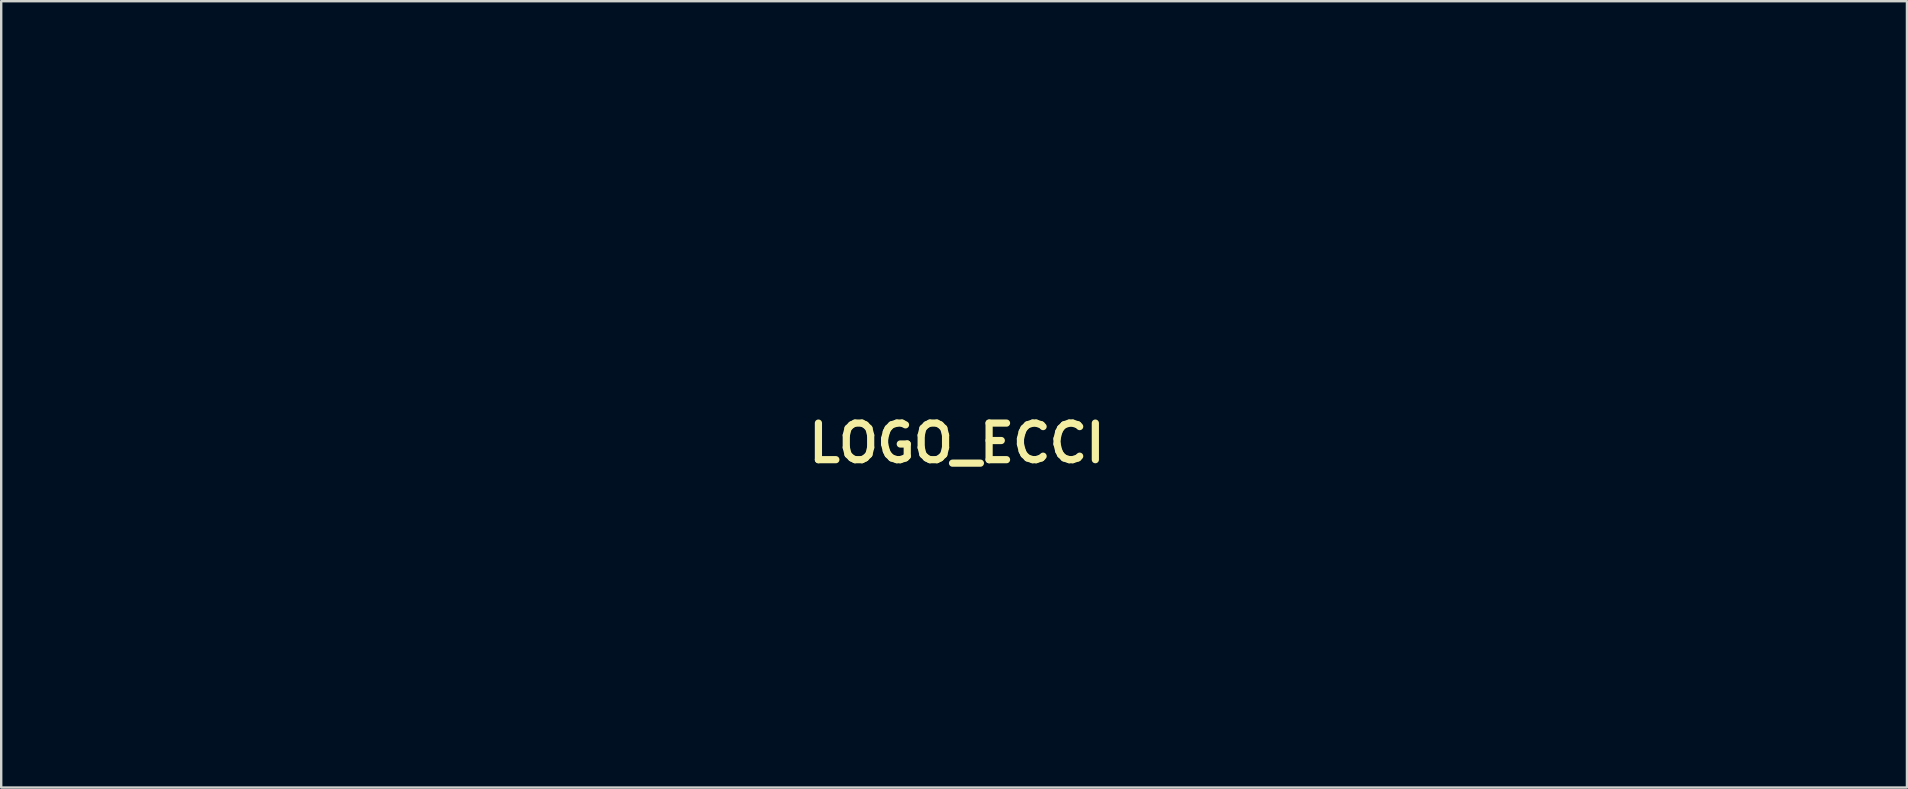
<source format=kicad_pcb>
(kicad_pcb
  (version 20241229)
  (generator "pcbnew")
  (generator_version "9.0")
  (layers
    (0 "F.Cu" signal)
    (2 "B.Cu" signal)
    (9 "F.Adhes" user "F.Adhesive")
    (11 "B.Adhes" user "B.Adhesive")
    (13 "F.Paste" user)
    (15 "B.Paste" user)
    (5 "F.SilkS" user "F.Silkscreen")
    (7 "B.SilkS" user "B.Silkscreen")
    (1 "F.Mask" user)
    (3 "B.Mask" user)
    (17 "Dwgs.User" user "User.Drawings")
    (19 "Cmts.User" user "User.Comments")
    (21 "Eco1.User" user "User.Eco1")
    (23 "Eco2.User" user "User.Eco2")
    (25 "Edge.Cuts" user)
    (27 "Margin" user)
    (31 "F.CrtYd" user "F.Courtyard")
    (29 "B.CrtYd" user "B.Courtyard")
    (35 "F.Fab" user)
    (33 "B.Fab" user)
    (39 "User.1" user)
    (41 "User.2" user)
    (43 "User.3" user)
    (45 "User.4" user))
  (footprint "LOGO_ECCI"
    (layer "F.Cu")
    (at 36.821 15.414)
    (property "Reference" "LOGO_ECCI" (at 0 0 0) (layer "F.SilkS") (effects (font (size 1.524 1.524) (thickness 0.3))))
    (attr through_hole)
    (fp_poly (pts (xy -0.254 -10.075) (xy -0.847 -10.075) (xy -0.847 -14.224) (xy -0.254 -14.224) (xy -0.254 -10.075)) (stroke (width 0.01) (type solid)) (fill no) (layer "Eco2.User"))
    (fp_poly (pts (xy 12.531 -12.573) (xy 12.488 -12.531) (xy 12.446 -12.573) (xy 12.488 -12.615) (xy 12.531 -12.573)) (stroke (width 0.01) (type solid)) (fill no) (layer "Eco2.User"))
    (fp_poly (pts (xy 20.405 -10.075) (xy 19.812 -10.075) (xy 19.812 -14.224) (xy 20.405 -14.224) (xy 20.405 -10.075)) (stroke (width 0.01) (type solid)) (fill no) (layer "Eco2.User"))
    (fp_poly (pts (xy 36.407 11.007) (xy 32.427 11.007) (xy 32.427 -6.519) (xy 36.407 -6.519) (xy 36.407 11.007)) (stroke (width 0.01) (type solid)) (fill no) (layer "Eco2.User"))
    (fp_poly (pts (xy -15.24 11.345) (xy -24.723 11.345) (xy -24.723 3.725) (xy -20.828 3.725) (xy -20.828 9.652) (xy -19.727 9.652) (xy -19.727 3.725) (xy -20.828 3.725) (xy -24.723 3.725) (xy -24.723 1.947) (xy -15.24 1.947) (xy -15.24 11.345)) (stroke (width 0.01) (type solid)) (fill no) (layer "Eco2.User"))
    (fp_poly (pts (xy -0.762 -3.217) (xy -7.62 -3.217) (xy -7.62 0.339) (xy -1.101 0.339) (xy -1.101 3.556) (xy -7.62 3.556) (xy -7.62 7.705) (xy -0.335 7.705) (xy -0.358 9.377) (xy -0.381 11.049) (xy -5.99 11.071) (xy -11.599 11.093) (xy -11.599 -6.604) (xy -0.762 -6.604) (xy -0.762 -3.217)) (stroke (width 0.01) (type solid)) (fill no) (layer "Eco2.User"))
    (fp_poly (pts (xy 8.874 -13.991) (xy 8.848 -13.758) (xy 7.98 -13.734) (xy 7.112 -13.71) (xy 7.112 -12.531) (xy 8.701 -12.531) (xy 8.739 -12.277) (xy 8.776 -12.023) (xy 7.112 -12.023) (xy 7.112 -10.589) (xy 8.022 -10.565) (xy 8.424 -10.553) (xy 8.687 -10.537) (xy 8.842 -10.509) (xy 8.92 -10.463) (xy 8.952 -10.391) (xy 8.961 -10.341) (xy 8.956 -10.165) (xy 8.918 -10.087) (xy 8.812 -10.069) (xy 8.569 -10.057) (xy 8.224 -10.052) (xy 7.808 -10.054) (xy 7.684 -10.057) (xy 6.519 -10.08) (xy 6.519 -14.224) (xy 8.901 -14.224) (xy 8.874 -13.991)) (stroke (width 0.01) (type solid)) (fill no) (layer "Eco2.User"))
    (fp_poly (pts (xy -3.048 -10.017) (xy -3.359 -10.068) (xy -3.491 -10.098) (xy -3.603 -10.155) (xy -3.718 -10.263) (xy -3.856 -10.448) (xy -4.038 -10.733) (xy -4.255 -11.092) (xy -4.517 -11.532) (xy -4.789 -11.996) (xy -5.036 -12.426) (xy -5.213 -12.742) (xy -5.586 -13.42) (xy -5.587 -11.757) (xy -5.588 -10.095) (xy -5.842 -10.057) (xy -6.096 -10.02) (xy -6.096 -14.224) (xy -5.779 -14.223) (xy -5.551 -14.198) (xy -5.394 -14.094) (xy -5.271 -13.928) (xy -5.152 -13.735) (xy -5.085 -13.609) (xy -5.08 -13.591) (xy -5.037 -13.505) (xy -4.923 -13.313) (xy -4.759 -13.05) (xy -4.684 -12.934) (xy -4.445 -12.548) (xy -4.181 -12.101) (xy -3.946 -11.683) (xy -3.924 -11.642) (xy -3.559 -10.964) (xy -3.557 -12.594) (xy -3.556 -14.224) (xy -3.048 -14.224) (xy -3.048 -10.017)) (stroke (width 0.01) (type solid)) (fill no) (layer "Eco2.User"))
    (fp_poly (pts (xy -10.907 -12.721) (xy -10.885 -12.043) (xy -10.846 -11.516) (xy -10.782 -11.122) (xy -10.685 -10.842) (xy -10.546 -10.658) (xy -10.358 -10.552) (xy -10.112 -10.505) (xy -9.923 -10.499) (xy -9.642 -10.527) (xy -9.42 -10.623) (xy -9.25 -10.802) (xy -9.127 -11.08) (xy -9.044 -11.472) (xy -8.996 -11.996) (xy -8.976 -12.666) (xy -8.975 -12.958) (xy -8.975 -14.224) (xy -8.382 -14.224) (xy -8.382 -12.842) (xy -8.394 -12.117) (xy -8.433 -11.539) (xy -8.508 -11.085) (xy -8.626 -10.733) (xy -8.792 -10.463) (xy -9.016 -10.251) (xy -9.287 -10.086) (xy -9.552 -10.013) (xy -9.909 -9.993) (xy -10.292 -10.022) (xy -10.634 -10.096) (xy -10.819 -10.177) (xy -11.036 -10.363) (xy -11.236 -10.619) (xy -11.283 -10.699) (xy -11.349 -10.837) (xy -11.399 -10.986) (xy -11.434 -11.173) (xy -11.46 -11.427) (xy -11.478 -11.775) (xy -11.491 -12.246) (xy -11.5 -12.636) (xy -11.531 -14.224) (xy -10.938 -14.224) (xy -10.907 -12.721)) (stroke (width 0.01) (type solid)) (fill no) (layer "Eco2.User"))
    (fp_poly (pts (xy 34.205 -14.18) (xy 34.773 -14.167) (xy 35.207 -14.121) (xy 35.542 -14.034) (xy 35.813 -13.894) (xy 36.055 -13.692) (xy 36.127 -13.617) (xy 36.388 -13.221) (xy 36.539 -12.74) (xy 36.581 -12.214) (xy 36.52 -11.684) (xy 36.358 -11.188) (xy 36.099 -10.768) (xy 35.869 -10.545) (xy 35.502 -10.324) (xy 35.063 -10.177) (xy 34.521 -10.097) (xy 33.936 -10.075) (xy 33.102 -10.075) (xy 33.142 -13.703) (xy 33.697 -13.703) (xy 33.697 -12.15) (xy 33.7 -11.561) (xy 33.711 -11.124) (xy 33.729 -10.823) (xy 33.756 -10.64) (xy 33.794 -10.56) (xy 33.803 -10.555) (xy 34.055 -10.509) (xy 34.42 -10.537) (xy 34.716 -10.592) (xy 35.199 -10.773) (xy 35.575 -11.077) (xy 35.832 -11.486) (xy 35.958 -11.981) (xy 35.957 -12.421) (xy 35.863 -12.869) (xy 35.666 -13.213) (xy 35.34 -13.503) (xy 35.318 -13.518) (xy 35.002 -13.664) (xy 34.6 -13.759) (xy 34.194 -13.786) (xy 33.955 -13.759) (xy 33.697 -13.703) (xy 33.142 -13.703) (xy 33.147 -14.182) (xy 34.205 -14.18)) (stroke (width 0.01) (type solid)) (fill no) (layer "Eco2.User"))
    (fp_poly (pts (xy 2.397 -12.975) (xy 2.547 -12.5) (xy 2.69 -12.043) (xy 2.813 -11.646) (xy 2.902 -11.353) (xy 2.925 -11.276) (xy 3.058 -10.825) (xy 3.626 -12.504) (xy 4.195 -14.182) (xy 4.51 -14.208) (xy 4.713 -14.212) (xy 4.821 -14.191) (xy 4.826 -14.182) (xy 4.799 -14.09) (xy 4.722 -13.863) (xy 4.604 -13.523) (xy 4.452 -13.094) (xy 4.276 -12.599) (xy 4.181 -12.335) (xy 3.99 -11.802) (xy 3.814 -11.311) (xy 3.662 -10.888) (xy 3.544 -10.56) (xy 3.47 -10.353) (xy 3.453 -10.308) (xy 3.37 -10.151) (xy 3.231 -10.086) (xy 3.051 -10.075) (xy 2.849 -10.089) (xy 2.73 -10.159) (xy 2.64 -10.329) (xy 2.6 -10.435) (xy 2.532 -10.628) (xy 2.423 -10.949) (xy 2.283 -11.368) (xy 2.122 -11.853) (xy 1.952 -12.371) (xy 1.941 -12.404) (xy 1.779 -12.901) (xy 1.632 -13.347) (xy 1.511 -13.715) (xy 1.424 -13.978) (xy 1.379 -14.111) (xy 1.376 -14.118) (xy 1.41 -14.192) (xy 1.594 -14.223) (xy 1.669 -14.224) (xy 2.002 -14.224) (xy 2.397 -12.975)) (stroke (width 0.01) (type solid)) (fill no) (layer "Eco2.User"))
    (fp_poly (pts (xy -25.524 -15.332) (xy -25.495 -15.13) (xy -25.485 -14.865) (xy -25.485 -14.32) (xy -27.538 -13.646) (xy -28.919 -13.193) (xy -30.149 -12.79) (xy -31.234 -12.435) (xy -32.184 -12.125) (xy -33.006 -11.858) (xy -33.709 -11.63) (xy -34.302 -11.44) (xy -34.793 -11.284) (xy -35.19 -11.161) (xy -35.502 -11.066) (xy -35.736 -10.998) (xy -35.903 -10.954) (xy -36.009 -10.932) (xy -36.063 -10.928) (xy -36.073 -10.94) (xy -36.061 -10.955) (xy -35.975 -10.997) (xy -35.759 -11.093) (xy -35.438 -11.231) (xy -35.04 -11.401) (xy -34.671 -11.557) (xy -34.216 -11.748) (xy -33.669 -11.981) (xy -33.06 -12.24) (xy -32.421 -12.513) (xy -31.784 -12.786) (xy -31.181 -13.045) (xy -30.644 -13.277) (xy -30.204 -13.468) (xy -29.93 -13.588) (xy -29.757 -13.662) (xy -29.467 -13.785) (xy -29.096 -13.942) (xy -28.685 -14.114) (xy -28.617 -14.143) (xy -28.106 -14.357) (xy -27.538 -14.598) (xy -26.988 -14.832) (xy -26.603 -14.997) (xy -26.229 -15.156) (xy -25.91 -15.286) (xy -25.678 -15.375) (xy -25.567 -15.409) (xy -25.566 -15.409) (xy -25.524 -15.332)) (stroke (width 0.01) (type solid)) (fill no) (layer "Eco2.User"))
    (fp_poly (pts (xy 23.656 -14.215) (xy 23.899 -14.208) (xy 24.473 -14.162) (xy 24.917 -14.068) (xy 25.266 -13.915) (xy 25.557 -13.691) (xy 25.629 -13.617) (xy 25.885 -13.228) (xy 26.035 -12.753) (xy 26.081 -12.232) (xy 26.027 -11.706) (xy 25.875 -11.215) (xy 25.629 -10.798) (xy 25.388 -10.561) (xy 25.004 -10.33) (xy 24.555 -10.177) (xy 24.008 -10.095) (xy 23.45 -10.075) (xy 22.606 -10.075) (xy 22.606 -13.708) (xy 23.199 -13.708) (xy 23.199 -12.153) (xy 23.202 -11.562) (xy 23.212 -11.123) (xy 23.23 -10.82) (xy 23.258 -10.637) (xy 23.296 -10.555) (xy 23.305 -10.55) (xy 23.495 -10.522) (xy 23.788 -10.538) (xy 24.126 -10.589) (xy 24.451 -10.668) (xy 24.686 -10.756) (xy 25.026 -11.007) (xy 25.273 -11.366) (xy 25.424 -11.793) (xy 25.473 -12.25) (xy 25.415 -12.698) (xy 25.245 -13.1) (xy 25.023 -13.362) (xy 24.684 -13.574) (xy 24.255 -13.721) (xy 23.809 -13.785) (xy 23.505 -13.766) (xy 23.199 -13.708) (xy 22.606 -13.708) (xy 22.606 -14.136) (xy 22.819 -14.19) (xy 22.993 -14.209) (xy 23.288 -14.218) (xy 23.656 -14.215)) (stroke (width 0.01) (type solid)) (fill no) (layer "Eco2.User"))
    (fp_poly (pts (xy 12.195 -14.207) (xy 12.613 -14.157) (xy 12.928 -14.048) (xy 13.169 -13.874) (xy 13.244 -13.793) (xy 13.39 -13.57) (xy 13.453 -13.316) (xy 13.462 -13.107) (xy 13.448 -12.837) (xy 13.383 -12.646) (xy 13.235 -12.456) (xy 13.138 -12.356) (xy 12.814 -12.032) (xy 13.006 -11.837) (xy 13.138 -11.632) (xy 13.278 -11.286) (xy 13.406 -10.858) (xy 13.614 -10.075) (xy 12.968 -10.075) (xy 12.814 -10.729) (xy 12.689 -11.18) (xy 12.546 -11.489) (xy 12.364 -11.684) (xy 12.119 -11.792) (xy 11.87 -11.833) (xy 11.43 -11.875) (xy 11.43 -10.075) (xy 10.834 -10.075) (xy 10.867 -12.991) (xy 11.43 -12.991) (xy 11.43 -12.277) (xy 11.771 -12.277) (xy 12.079 -12.309) (xy 12.374 -12.386) (xy 12.4 -12.396) (xy 12.687 -12.587) (xy 12.842 -12.839) (xy 12.869 -13.115) (xy 12.775 -13.382) (xy 12.567 -13.603) (xy 12.25 -13.744) (xy 12.156 -13.762) (xy 11.832 -13.799) (xy 11.622 -13.775) (xy 11.501 -13.665) (xy 11.445 -13.443) (xy 11.43 -13.084) (xy 11.43 -12.991) (xy 10.867 -12.991) (xy 10.88 -14.182) (xy 11.642 -14.208) (xy 12.195 -14.207)) (stroke (width 0.01) (type solid)) (fill no) (layer "Eco2.User"))
    (fp_poly (pts (xy -22.311 -14.769) (xy -22.282 -14.611) (xy -22.281 -14.318) (xy -22.285 -14.212) (xy -22.31 -13.607) (xy -24.215 -13.165) (xy -24.669 -13.06) (xy -25.265 -12.923) (xy -25.978 -12.758) (xy -26.786 -12.573) (xy -27.663 -12.371) (xy -28.588 -12.159) (xy -29.534 -11.942) (xy -30.48 -11.725) (xy -30.819 -11.648) (xy -31.688 -11.448) (xy -32.51 -11.26) (xy -33.27 -11.085) (xy -33.952 -10.928) (xy -34.542 -10.792) (xy -35.024 -10.681) (xy -35.382 -10.597) (xy -35.602 -10.545) (xy -35.666 -10.53) (xy -35.789 -10.514) (xy -35.814 -10.531) (xy -35.792 -10.547) (xy -35.72 -10.579) (xy -35.59 -10.628) (xy -35.392 -10.697) (xy -35.118 -10.789) (xy -34.759 -10.908) (xy -34.306 -11.055) (xy -33.75 -11.234) (xy -33.083 -11.448) (xy -32.296 -11.699) (xy -31.38 -11.99) (xy -30.327 -12.324) (xy -29.126 -12.705) (xy -28.194 -13) (xy -27.357 -13.265) (xy -26.546 -13.522) (xy -25.78 -13.764) (xy -25.077 -13.987) (xy -24.456 -14.184) (xy -23.936 -14.349) (xy -23.536 -14.476) (xy -23.275 -14.559) (xy -23.241 -14.57) (xy -22.897 -14.677) (xy -22.609 -14.76) (xy -22.417 -14.808) (xy -22.369 -14.815) (xy -22.311 -14.769)) (stroke (width 0.01) (type solid)) (fill no) (layer "Eco2.User"))
    (fp_poly (pts (xy -36.681 -10.264) (xy -36.564 -10.103) (xy -36.548 -10.077) (xy -36.386 -9.886) (xy -36.143 -9.683) (xy -36 -9.59) (xy -35.602 -9.356) (xy -26.585 -9.306) (xy -26.585 0.085) (xy -30.924 0.076) (xy -31.775 0.073) (xy -32.581 0.068) (xy -33.325 0.061) (xy -33.991 0.052) (xy -34.56 0.042) (xy -35.016 0.03) (xy -35.342 0.018) (xy -35.52 0.005) (xy -35.54 0.002) (xy -35.939 -0.157) (xy -36.305 -0.417) (xy -36.577 -0.731) (xy -36.626 -0.818) (xy -36.662 -0.897) (xy -36.691 -0.989) (xy -36.716 -1.11) (xy -36.737 -1.272) (xy -36.754 -1.491) (xy -36.768 -1.781) (xy -36.779 -2.155) (xy -36.788 -2.628) (xy -36.795 -3.215) (xy -36.801 -3.929) (xy -36.807 -4.784) (xy -36.812 -5.736) (xy -36.816 -6.6) (xy -36.816 -7.366) (xy -33.867 -7.366) (xy -33.867 -1.355) (xy -29.887 -1.355) (xy -29.887 -2.286) (xy -32.851 -2.286) (xy -32.851 -3.979) (xy -30.141 -3.979) (xy -30.141 -4.826) (xy -32.851 -4.826) (xy -32.851 -6.519) (xy -29.972 -6.519) (xy -29.972 -7.366) (xy -33.867 -7.366) (xy -36.816 -7.366) (xy -36.816 -7.412) (xy -36.815 -8.154) (xy -36.811 -8.813) (xy -36.804 -9.373) (xy -36.796 -9.818) (xy -36.786 -10.134) (xy -36.774 -10.303) (xy -36.767 -10.329) (xy -36.681 -10.264)) (stroke (width 0.01) (type solid)) (fill no) (layer "Eco2.User"))
    (fp_poly (pts (xy -15.748 -11.515) (xy -15.755 -11.2) (xy -15.775 -10.963) (xy -15.803 -10.844) (xy -15.812 -10.837) (xy -15.909 -10.833) (xy -16.154 -10.823) (xy -16.528 -10.806) (xy -17.008 -10.784) (xy -17.576 -10.758) (xy -18.209 -10.729) (xy -18.584 -10.712) (xy -19.158 -10.685) (xy -19.877 -10.653) (xy -20.717 -10.615) (xy -21.655 -10.573) (xy -22.667 -10.528) (xy -23.729 -10.48) (xy -24.817 -10.432) (xy -25.908 -10.384) (xy -26.977 -10.337) (xy -27.051 -10.334) (xy -28.052 -10.29) (xy -29.026 -10.247) (xy -29.955 -10.206) (xy -30.824 -10.168) (xy -31.614 -10.133) (xy -32.309 -10.103) (xy -32.893 -10.077) (xy -33.348 -10.057) (xy -33.658 -10.043) (xy -33.74 -10.039) (xy -34.138 -10.025) (xy -34.375 -10.025) (xy -34.458 -10.04) (xy -34.393 -10.071) (xy -34.375 -10.076) (xy -34.233 -10.101) (xy -33.941 -10.143) (xy -33.515 -10.199) (xy -32.974 -10.266) (xy -32.336 -10.344) (xy -31.617 -10.43) (xy -30.835 -10.521) (xy -30.008 -10.616) (xy -29.93 -10.625) (xy -28.047 -10.838) (xy -26.278 -11.04) (xy -24.63 -11.227) (xy -23.109 -11.401) (xy -21.723 -11.56) (xy -20.48 -11.703) (xy -19.387 -11.829) (xy -18.452 -11.938) (xy -18.075 -11.983) (xy -17.527 -12.046) (xy -17.021 -12.101) (xy -16.586 -12.146) (xy -16.252 -12.177) (xy -16.049 -12.191) (xy -16.022 -12.192) (xy -15.748 -12.192) (xy -15.748 -11.515)) (stroke (width 0.01) (type solid)) (fill no) (layer "Eco2.User"))
    (fp_poly (pts (xy 17.227 -14.276) (xy 17.523 -14.183) (xy 17.674 -14.033) (xy 17.673 -13.834) (xy 17.62 -13.728) (xy 17.524 -13.658) (xy 17.373 -13.707) (xy 17.187 -13.762) (xy 16.913 -13.796) (xy 16.77 -13.801) (xy 16.385 -13.748) (xy 16.131 -13.593) (xy 16.011 -13.339) (xy 16.002 -13.221) (xy 16.031 -13.04) (xy 16.133 -12.88) (xy 16.332 -12.719) (xy 16.653 -12.536) (xy 16.911 -12.409) (xy 17.347 -12.17) (xy 17.636 -11.93) (xy 17.798 -11.661) (xy 17.853 -11.335) (xy 17.846 -11.127) (xy 17.749 -10.69) (xy 17.529 -10.363) (xy 17.174 -10.128) (xy 17.127 -10.107) (xy 16.833 -10.033) (xy 16.446 -10.004) (xy 16.034 -10.018) (xy 15.668 -10.077) (xy 15.592 -10.098) (xy 15.404 -10.175) (xy 15.342 -10.276) (xy 15.36 -10.443) (xy 15.41 -10.653) (xy 15.478 -10.723) (xy 15.614 -10.679) (xy 15.714 -10.628) (xy 15.945 -10.552) (xy 16.252 -10.506) (xy 16.408 -10.499) (xy 16.806 -10.555) (xy 17.09 -10.718) (xy 17.246 -10.976) (xy 17.272 -11.172) (xy 17.243 -11.37) (xy 17.14 -11.543) (xy 16.94 -11.713) (xy 16.619 -11.902) (xy 16.31 -12.056) (xy 15.898 -12.281) (xy 15.628 -12.501) (xy 15.474 -12.748) (xy 15.414 -13.053) (xy 15.41 -13.183) (xy 15.484 -13.596) (xy 15.698 -13.926) (xy 16.037 -14.16) (xy 16.486 -14.288) (xy 16.794 -14.309) (xy 17.227 -14.276)) (stroke (width 0.01) (type solid)) (fill no) (layer "Eco2.User"))
    (fp_poly (pts (xy -19.004 -13.823) (xy -18.976 -13.708) (xy -18.966 -13.479) (xy -18.965 -13.221) (xy -18.965 -12.554) (xy -19.367 -12.504) (xy -19.509 -12.484) (xy -19.806 -12.442) (xy -20.245 -12.38) (xy -20.815 -12.299) (xy -21.501 -12.2) (xy -22.292 -12.087) (xy -23.175 -11.96) (xy -24.138 -11.822) (xy -25.168 -11.673) (xy -26.252 -11.517) (xy -27.378 -11.355) (xy -27.42 -11.349) (xy -28.782 -11.152) (xy -29.985 -10.979) (xy -31.039 -10.828) (xy -31.951 -10.698) (xy -32.732 -10.588) (xy -33.39 -10.496) (xy -33.933 -10.421) (xy -34.371 -10.362) (xy -34.713 -10.319) (xy -34.967 -10.289) (xy -35.142 -10.271) (xy -35.248 -10.265) (xy -35.293 -10.269) (xy -35.286 -10.282) (xy -35.264 -10.292) (xy -35.165 -10.317) (xy -34.919 -10.374) (xy -34.544 -10.459) (xy -34.057 -10.568) (xy -33.478 -10.697) (xy -32.824 -10.842) (xy -32.113 -10.998) (xy -31.877 -11.05) (xy -31.054 -11.23) (xy -30.198 -11.418) (xy -29.343 -11.606) (xy -28.521 -11.786) (xy -27.769 -11.951) (xy -27.119 -12.093) (xy -26.67 -12.192) (xy -26.08 -12.321) (xy -25.367 -12.478) (xy -24.573 -12.652) (xy -23.742 -12.834) (xy -22.915 -13.016) (xy -22.136 -13.187) (xy -22.056 -13.204) (xy -21.394 -13.349) (xy -20.78 -13.484) (xy -20.233 -13.605) (xy -19.776 -13.706) (xy -19.429 -13.782) (xy -19.213 -13.83) (xy -19.156 -13.844) (xy -19.061 -13.858) (xy -19.004 -13.823)) (stroke (width 0.01) (type solid)) (fill no) (layer "Eco2.User"))
    (fp_poly (pts (xy 30.536 -12.255) (xy 30.722 -11.705) (xy 30.889 -11.205) (xy 31.031 -10.778) (xy 31.14 -10.448) (xy 31.209 -10.239) (xy 31.228 -10.176) (xy 31.196 -10.103) (xy 31.032 -10.085) (xy 30.939 -10.091) (xy 30.751 -10.118) (xy 30.635 -10.19) (xy 30.548 -10.348) (xy 30.475 -10.551) (xy 30.35 -10.912) (xy 30.244 -11.143) (xy 30.12 -11.273) (xy 29.943 -11.33) (xy 29.674 -11.345) (xy 29.472 -11.345) (xy 28.809 -11.345) (xy 28.623 -10.816) (xy 28.522 -10.528) (xy 28.442 -10.298) (xy 28.403 -10.181) (xy 28.316 -10.125) (xy 28.142 -10.085) (xy 27.95 -10.07) (xy 27.806 -10.086) (xy 27.771 -10.118) (xy 27.797 -10.207) (xy 27.87 -10.434) (xy 27.983 -10.777) (xy 28.128 -11.214) (xy 28.299 -11.723) (xy 28.331 -11.819) (xy 28.956 -11.819) (xy 29.033 -11.793) (xy 29.235 -11.775) (xy 29.506 -11.769) (xy 29.787 -11.773) (xy 29.985 -11.784) (xy 30.057 -11.8) (xy 30.032 -11.888) (xy 29.964 -12.102) (xy 29.865 -12.408) (xy 29.769 -12.697) (xy 29.482 -13.563) (xy 29.219 -12.716) (xy 29.11 -12.362) (xy 29.024 -12.07) (xy 28.969 -11.877) (xy 28.956 -11.819) (xy 28.331 -11.819) (xy 28.448 -12.165) (xy 28.633 -12.715) (xy 28.799 -13.209) (xy 28.939 -13.626) (xy 29.044 -13.944) (xy 29.109 -14.141) (xy 29.125 -14.197) (xy 29.201 -14.213) (xy 29.392 -14.223) (xy 29.499 -14.224) (xy 29.873 -14.224) (xy 30.536 -12.255)) (stroke (width 0.01) (type solid)) (fill no) (layer "Eco2.User"))
    (fp_poly (pts (xy -16.883 -9.339) (xy -16.306 -9.337) (xy -15.842 -9.334) (xy -15.507 -9.33) (xy -15.315 -9.325) (xy -15.275 -9.32) (xy -15.269 -9.232) (xy -15.262 -8.989) (xy -15.257 -8.607) (xy -15.252 -8.103) (xy -15.248 -7.491) (xy -15.244 -6.786) (xy -15.242 -6.004) (xy -15.24 -5.161) (xy -15.24 -4.6) (xy -15.24 0.085) (xy -24.723 0.085) (xy -24.723 -4.125) (xy -22.725 -4.125) (xy -22.664 -3.547) (xy -22.54 -3.058) (xy -22.528 -3.028) (xy -22.227 -2.477) (xy -21.796 -2.013) (xy -21.259 -1.657) (xy -20.681 -1.443) (xy -20.425 -1.407) (xy -20.05 -1.39) (xy -19.604 -1.388) (xy -19.136 -1.402) (xy -18.694 -1.43) (xy -18.328 -1.47) (xy -18.098 -1.517) (xy -17.909 -1.586) (xy -17.815 -1.672) (xy -17.783 -1.832) (xy -17.78 -2.036) (xy -17.784 -2.258) (xy -17.816 -2.387) (xy -17.91 -2.436) (xy -18.097 -2.419) (xy -18.41 -2.348) (xy -18.5 -2.327) (xy -19.219 -2.214) (xy -19.874 -2.233) (xy -20.451 -2.38) (xy -20.936 -2.65) (xy -21.314 -3.039) (xy -21.445 -3.249) (xy -21.538 -3.453) (xy -21.595 -3.674) (xy -21.623 -3.96) (xy -21.632 -4.361) (xy -21.632 -4.403) (xy -21.601 -4.983) (xy -21.502 -5.434) (xy -21.324 -5.785) (xy -21.055 -6.068) (xy -21.03 -6.088) (xy -20.698 -6.275) (xy -20.26 -6.419) (xy -19.776 -6.502) (xy -19.479 -6.516) (xy -19.225 -6.509) (xy -18.987 -6.488) (xy -18.716 -6.445) (xy -18.363 -6.373) (xy -18.05 -6.305) (xy -17.77 -6.242) (xy -17.796 -6.698) (xy -17.822 -7.154) (xy -18.246 -7.252) (xy -18.732 -7.328) (xy -19.301 -7.36) (xy -19.893 -7.349) (xy -20.448 -7.298) (xy -20.903 -7.206) (xy -20.938 -7.196) (xy -21.523 -6.936) (xy -22.013 -6.557) (xy -22.384 -6.079) (xy -22.532 -5.775) (xy -22.659 -5.3) (xy -22.724 -4.73) (xy -22.725 -4.125) (xy -24.723 -4.125) (xy -24.723 -9.311) (xy -20.017 -9.333) (xy -19.14 -9.337) (xy -18.316 -9.339) (xy -17.558 -9.34) (xy -16.883 -9.339)) (stroke (width 0.01) (type solid)) (fill no) (layer "Eco2.User"))
    (fp_poly (pts (xy 12.112 -6.763) (xy 12.13 -6.762) (xy 12.78 -6.706) (xy 13.404 -6.624) (xy 13.98 -6.521) (xy 14.486 -6.404) (xy 14.902 -6.277) (xy 15.205 -6.145) (xy 15.374 -6.015) (xy 15.403 -5.938) (xy 15.376 -5.774) (xy 15.313 -5.497) (xy 15.221 -5.137) (xy 15.11 -4.725) (xy 14.987 -4.291) (xy 14.863 -3.865) (xy 14.745 -3.479) (xy 14.643 -3.162) (xy 14.564 -2.944) (xy 14.519 -2.857) (xy 14.516 -2.857) (xy 14.398 -2.894) (xy 14.174 -2.97) (xy 13.955 -3.046) (xy 13.108 -3.278) (xy 12.176 -3.416) (xy 11.218 -3.453) (xy 10.964 -3.445) (xy 10.237 -3.386) (xy 9.618 -3.277) (xy 9.052 -3.104) (xy 8.484 -2.856) (xy 8.191 -2.691) (xy 7.882 -2.483) (xy 7.586 -2.257) (xy 7.333 -2.038) (xy 7.152 -1.849) (xy 7.072 -1.716) (xy 7.076 -1.683) (xy 7.061 -1.626) (xy 7.019 -1.628) (xy 6.915 -1.571) (xy 6.766 -1.389) (xy 6.589 -1.114) (xy 6.403 -0.776) (xy 6.227 -0.407) (xy 6.079 -0.039) (xy 6.051 0.043) (xy 5.87 0.749) (xy 5.762 1.552) (xy 5.731 2.392) (xy 5.763 3.024) (xy 5.927 4.013) (xy 6.222 4.905) (xy 6.644 5.693) (xy 7.187 6.372) (xy 7.847 6.934) (xy 8.62 7.373) (xy 9.136 7.575) (xy 9.959 7.777) (xy 10.882 7.875) (xy 11.869 7.872) (xy 12.888 7.767) (xy 13.904 7.562) (xy 14.445 7.409) (xy 14.516 7.396) (xy 14.573 7.424) (xy 14.624 7.517) (xy 14.678 7.699) (xy 14.742 7.994) (xy 14.826 8.424) (xy 14.853 8.566) (xy 14.94 9.035) (xy 15.019 9.479) (xy 15.083 9.855) (xy 15.123 10.12) (xy 15.129 10.168) (xy 15.176 10.557) (xy 14.832 10.694) (xy 14.597 10.773) (xy 14.253 10.869) (xy 13.858 10.968) (xy 13.658 11.013) (xy 13.218 11.087) (xy 12.657 11.148) (xy 12.011 11.194) (xy 11.32 11.225) (xy 10.62 11.24) (xy 9.95 11.238) (xy 9.347 11.218) (xy 8.849 11.179) (xy 8.594 11.142) (xy 7.494 10.887) (xy 6.539 10.568) (xy 5.998 10.328) (xy 4.984 9.744) (xy 4.1 9.055) (xy 3.344 8.259) (xy 2.711 7.35) (xy 2.199 6.326) (xy 1.807 5.183) (xy 1.646 4.53) (xy 1.558 3.964) (xy 1.506 3.284) (xy 1.49 2.541) (xy 1.508 1.784) (xy 1.562 1.066) (xy 1.649 0.436) (xy 1.677 0.296) (xy 2.001 -0.887) (xy 2.449 -1.962) (xy 3.029 -2.946) (xy 3.75 -3.855) (xy 3.934 -4.052) (xy 4.81 -4.844) (xy 5.788 -5.502) (xy 6.866 -6.027) (xy 8.041 -6.416) (xy 9.309 -6.67) (xy 10.667 -6.785) (xy 12.112 -6.763)) (stroke (width 0.01) (type solid)) (fill no) (layer "Eco2.User"))
    (fp_poly (pts (xy 26.64 -6.784) (xy 27.164 -6.762) (xy 27.487 -6.732) (xy 28.062 -6.643) (xy 28.613 -6.537) (xy 29.114 -6.42) (xy 29.541 -6.298) (xy 29.871 -6.179) (xy 30.079 -6.07) (xy 30.141 -5.987) (xy 30.121 -5.877) (xy 30.063 -5.632) (xy 29.975 -5.278) (xy 29.864 -4.844) (xy 29.742 -4.378) (xy 29.6 -3.845) (xy 29.491 -3.455) (xy 29.407 -3.187) (xy 29.34 -3.02) (xy 29.282 -2.934) (xy 29.224 -2.906) (xy 29.171 -2.912) (xy 29.017 -2.955) (xy 28.746 -3.031) (xy 28.402 -3.128) (xy 28.194 -3.187) (xy 27.865 -3.276) (xy 27.577 -3.338) (xy 27.289 -3.379) (xy 26.958 -3.403) (xy 26.54 -3.414) (xy 26.035 -3.416) (xy 25.512 -3.415) (xy 25.12 -3.406) (xy 24.82 -3.386) (xy 24.573 -3.35) (xy 24.341 -3.293) (xy 24.086 -3.212) (xy 24.005 -3.185) (xy 23.611 -3.033) (xy 23.208 -2.852) (xy 22.878 -2.678) (xy 22.858 -2.666) (xy 22.438 -2.362) (xy 22 -1.964) (xy 21.596 -1.525) (xy 21.28 -1.098) (xy 21.23 -1.016) (xy 20.898 -0.303) (xy 20.658 0.516) (xy 20.513 1.402) (xy 20.465 2.317) (xy 20.518 3.221) (xy 20.674 4.077) (xy 20.783 4.445) (xy 21.153 5.296) (xy 21.652 6.044) (xy 22.267 6.678) (xy 22.989 7.189) (xy 23.804 7.565) (xy 24.487 7.756) (xy 25.23 7.86) (xy 26.07 7.889) (xy 26.951 7.847) (xy 27.818 7.737) (xy 28.618 7.561) (xy 28.732 7.528) (xy 29.02 7.447) (xy 29.235 7.395) (xy 29.336 7.381) (xy 29.338 7.382) (xy 29.366 7.476) (xy 29.416 7.703) (xy 29.483 8.031) (xy 29.56 8.427) (xy 29.64 8.857) (xy 29.718 9.288) (xy 29.788 9.688) (xy 29.844 10.022) (xy 29.878 10.259) (xy 29.887 10.353) (xy 29.856 10.479) (xy 29.75 10.591) (xy 29.549 10.696) (xy 29.234 10.805) (xy 28.783 10.925) (xy 28.406 11.014) (xy 27.996 11.085) (xy 27.46 11.144) (xy 26.835 11.189) (xy 26.159 11.221) (xy 25.468 11.238) (xy 24.799 11.238) (xy 24.19 11.222) (xy 23.679 11.189) (xy 23.326 11.141) (xy 22.096 10.842) (xy 20.996 10.442) (xy 20.013 9.938) (xy 19.136 9.323) (xy 18.551 8.795) (xy 17.857 7.985) (xy 17.279 7.064) (xy 16.82 6.048) (xy 16.486 4.952) (xy 16.279 3.793) (xy 16.203 2.587) (xy 16.263 1.349) (xy 16.43 0.254) (xy 16.748 -0.934) (xy 17.204 -2.024) (xy 17.797 -3.016) (xy 18.528 -3.911) (xy 18.566 -3.951) (xy 19.472 -4.777) (xy 20.471 -5.464) (xy 21.565 -6.01) (xy 22.756 -6.418) (xy 23.791 -6.647) (xy 24.229 -6.704) (xy 24.782 -6.747) (xy 25.4 -6.775) (xy 26.036 -6.788) (xy 26.64 -6.784)) (stroke (width 0.01) (type solid)) (fill no) (layer "Eco2.User"))
    (fp_poly (pts (xy -36.664 1.052) (xy -36.661 1.086) (xy -36.596 1.22) (xy -36.428 1.406) (xy -36.201 1.603) (xy -35.956 1.776) (xy -35.814 1.853) (xy -35.731 1.884) (xy -35.616 1.91) (xy -35.455 1.932) (xy -35.234 1.95) (xy -34.939 1.965) (xy -34.557 1.978) (xy -34.072 1.988) (xy -33.471 1.997) (xy -32.74 2.004) (xy -31.865 2.011) (xy -31.052 2.016) (xy -26.585 2.042) (xy -26.585 11.345) (xy -31.052 11.342) (xy -32.059 11.341) (xy -32.911 11.338) (xy -33.621 11.334) (xy -34.203 11.327) (xy -34.67 11.318) (xy -35.038 11.307) (xy -35.318 11.292) (xy -35.526 11.273) (xy -35.675 11.251) (xy -35.778 11.224) (xy -35.813 11.21) (xy -36.073 11.07) (xy -36.298 10.905) (xy -36.308 10.896) (xy -36.4 10.81) (xy -36.478 10.727) (xy -36.543 10.634) (xy -36.596 10.516) (xy -36.639 10.36) (xy -36.672 10.15) (xy -36.698 9.875) (xy -36.717 9.519) (xy -36.73 9.068) (xy -36.738 8.508) (xy -36.743 7.826) (xy -36.746 7.007) (xy -36.747 6.467) (xy -34.408 6.467) (xy -34.396 7.026) (xy -34.278 7.753) (xy -34.031 8.369) (xy -33.656 8.876) (xy -33.15 9.275) (xy -32.513 9.567) (xy -32.343 9.62) (xy -32.058 9.67) (xy -31.656 9.697) (xy -31.186 9.703) (xy -30.7 9.689) (xy -30.246 9.656) (xy -29.876 9.606) (xy -29.697 9.561) (xy -29.505 9.486) (xy -29.412 9.394) (xy -29.382 9.226) (xy -29.379 9.05) (xy -29.392 8.805) (xy -29.423 8.64) (xy -29.444 8.606) (xy -29.556 8.604) (xy -29.775 8.64) (xy -29.971 8.686) (xy -30.416 8.765) (xy -30.923 8.8) (xy -31.43 8.789) (xy -31.874 8.734) (xy -32.099 8.675) (xy -32.555 8.43) (xy -32.916 8.067) (xy -33.144 7.634) (xy -33.225 7.264) (xy -33.266 6.801) (xy -33.263 6.316) (xy -33.216 5.881) (xy -33.18 5.72) (xy -33.002 5.359) (xy -32.698 5.032) (xy -32.311 4.784) (xy -32.258 4.76) (xy -31.919 4.665) (xy -31.472 4.607) (xy -30.976 4.588) (xy -30.488 4.61) (xy -30.067 4.674) (xy -30.017 4.686) (xy -29.696 4.758) (xy -29.504 4.75) (xy -29.412 4.644) (xy -29.393 4.42) (xy -29.4 4.276) (xy -29.429 4.054) (xy -29.513 3.929) (xy -29.701 3.838) (xy -29.76 3.816) (xy -30.058 3.751) (xy -30.51 3.709) (xy -31.106 3.692) (xy -31.157 3.692) (xy -31.643 3.695) (xy -32.004 3.712) (xy -32.285 3.748) (xy -32.528 3.809) (xy -32.696 3.867) (xy -33.295 4.169) (xy -33.765 4.579) (xy -34.107 5.098) (xy -34.321 5.727) (xy -34.408 6.467) (xy -36.747 6.467) (xy -36.747 6.038) (xy -36.748 5.673) (xy -36.749 4.807) (xy -36.748 3.993) (xy -36.745 3.246) (xy -36.741 2.582) (xy -36.735 2.016) (xy -36.729 1.564) (xy -36.721 1.242) (xy -36.713 1.065) (xy -36.708 1.035) (xy -36.664 1.052)) (stroke (width 0.01) (type solid)) (fill no) (layer "Eco2.User")))
  (gr_rect
    (start -3 -3)
    (end 76.408 29.765)
    (stroke (width 0.1) (type default))
    (fill no)
    (layer "Edge.Cuts")))
</source>
